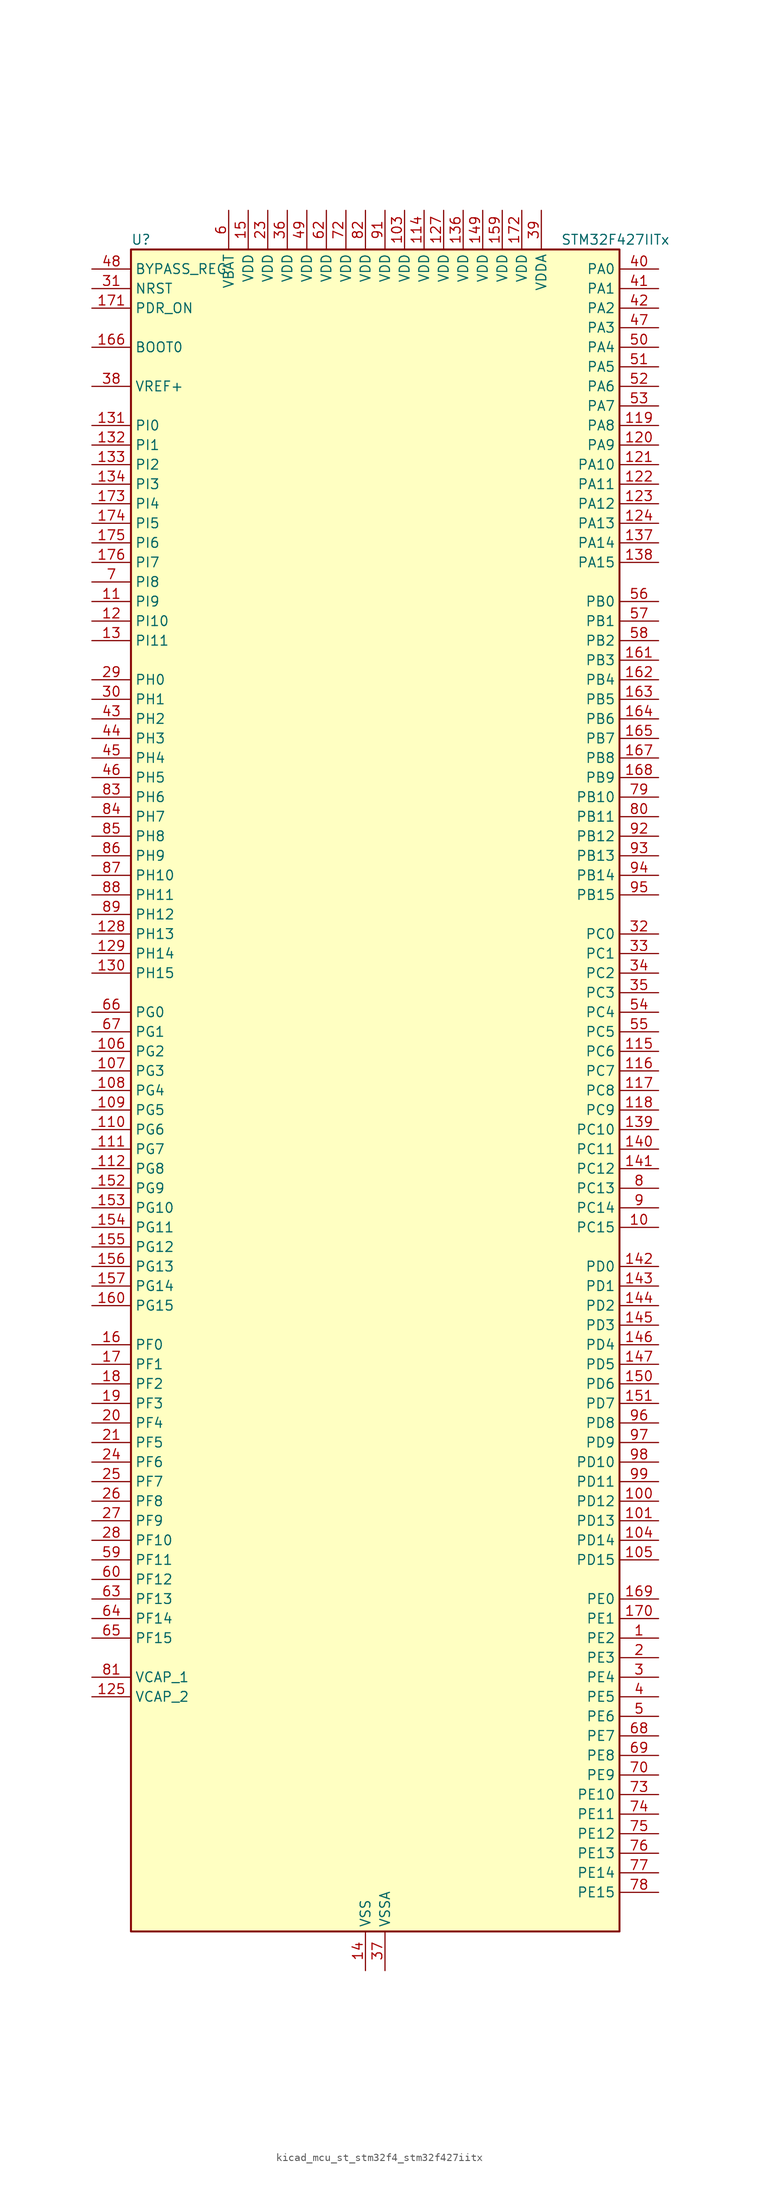
<source format=kicad_sym>
(kicad_symbol_lib
  (version 20220914)
  (generator kicad_symbol_editor)
  (symbol "kicad_mcu_st_stm32f4_stm32f427iitx"
    (property "Reference" "U"
      (at -30.48 110.49 0)
      (effects (font (size 1.27 1.27)) (justify left)))
    (property "Value" "STM32F427IITx"
      (at 25.4 110.49 0)
      (effects (font (size 1.27 1.27)) (justify left)))
    (property "ki_locked" ""
      (at 0 0 0)
      (effects (font (size 1.27 1.27))))
    (symbol "kicad_mcu_st_stm32f4_stm32f427iitx_0_1"
      (rectangle (start -30.48 -109.22) (end 33.02 109.22) (stroke (width 0.254) (type default)) (fill (type background))))
    (symbol "kicad_mcu_st_stm32f4_stm32f427iitx_1_1"
      (pin bidirectional line (at 38.1 -71.12 180) (length 5.08) (name "PE2" (effects (font (size 1.27 1.27)))) (number "1" (effects (font (size 1.27 1.27)))) (alternate "ETH_TXD3" bidirectional line) (alternate "FMC_A23" bidirectional line) (alternate "SAI1_MCLK_A" bidirectional line) (alternate "SPI4_SCK" bidirectional line) (alternate "SYS_TRACECLK" bidirectional line))
      (pin bidirectional line (at 38.1 -17.78 180) (length 5.08) (name "PC15" (effects (font (size 1.27 1.27)))) (number "10" (effects (font (size 1.27 1.27)))) (alternate "ADC1_EXTI15" bidirectional line) (alternate "ADC2_EXTI15" bidirectional line) (alternate "ADC3_EXTI15" bidirectional line) (alternate "RCC_OSC32_OUT" bidirectional line))
      (pin bidirectional line (at 38.1 -53.34 180) (length 5.08) (name "PD12" (effects (font (size 1.27 1.27)))) (number "100" (effects (font (size 1.27 1.27)))) (alternate "FMC_A17" bidirectional line) (alternate "FMC_ALE" bidirectional line) (alternate "TIM4_CH1" bidirectional line) (alternate "USART3_RTS" bidirectional line))
      (pin bidirectional line (at 38.1 -55.88 180) (length 5.08) (name "PD13" (effects (font (size 1.27 1.27)))) (number "101" (effects (font (size 1.27 1.27)))) (alternate "FMC_A18" bidirectional line) (alternate "TIM4_CH2" bidirectional line))
      (pin passive line (at 0 -114.3 90) (length 5.08) hide (name "VSS" (effects (font (size 1.27 1.27)))) (number "102" (effects (font (size 1.27 1.27)))))
      (pin power_in line (at 5.08 114.3 270) (length 5.08) (name "VDD" (effects (font (size 1.27 1.27)))) (number "103" (effects (font (size 1.27 1.27)))))
      (pin bidirectional line (at 38.1 -58.42 180) (length 5.08) (name "PD14" (effects (font (size 1.27 1.27)))) (number "104" (effects (font (size 1.27 1.27)))) (alternate "FMC_D0" bidirectional line) (alternate "FMC_DA0" bidirectional line) (alternate "TIM4_CH3" bidirectional line))
      (pin bidirectional line (at 38.1 -60.96 180) (length 5.08) (name "PD15" (effects (font (size 1.27 1.27)))) (number "105" (effects (font (size 1.27 1.27)))) (alternate "ADC1_EXTI15" bidirectional line) (alternate "ADC2_EXTI15" bidirectional line) (alternate "ADC3_EXTI15" bidirectional line) (alternate "FMC_D1" bidirectional line) (alternate "FMC_DA1" bidirectional line) (alternate "TIM4_CH4" bidirectional line))
      (pin bidirectional line (at -35.56 5.08 0) (length 5.08) (name "PG2" (effects (font (size 1.27 1.27)))) (number "106" (effects (font (size 1.27 1.27)))) (alternate "FMC_A12" bidirectional line))
      (pin bidirectional line (at -35.56 2.54 0) (length 5.08) (name "PG3" (effects (font (size 1.27 1.27)))) (number "107" (effects (font (size 1.27 1.27)))) (alternate "FMC_A13" bidirectional line))
      (pin bidirectional line (at -35.56 0 0) (length 5.08) (name "PG4" (effects (font (size 1.27 1.27)))) (number "108" (effects (font (size 1.27 1.27)))) (alternate "FMC_A14" bidirectional line) (alternate "FMC_BA0" bidirectional line))
      (pin bidirectional line (at -35.56 -2.54 0) (length 5.08) (name "PG5" (effects (font (size 1.27 1.27)))) (number "109" (effects (font (size 1.27 1.27)))) (alternate "FMC_A15" bidirectional line) (alternate "FMC_BA1" bidirectional line))
      (pin bidirectional line (at -35.56 63.5 0) (length 5.08) (name "PI9" (effects (font (size 1.27 1.27)))) (number "11" (effects (font (size 1.27 1.27)))) (alternate "CAN1_RX" bidirectional line) (alternate "DAC_EXTI9" bidirectional line) (alternate "FMC_D30" bidirectional line))
      (pin bidirectional line (at -35.56 -5.08 0) (length 5.08) (name "PG6" (effects (font (size 1.27 1.27)))) (number "110" (effects (font (size 1.27 1.27)))) (alternate "DCMI_D12" bidirectional line) (alternate "FMC_INT2" bidirectional line))
      (pin bidirectional line (at -35.56 -7.62 0) (length 5.08) (name "PG7" (effects (font (size 1.27 1.27)))) (number "111" (effects (font (size 1.27 1.27)))) (alternate "DCMI_D13" bidirectional line) (alternate "FMC_INT3" bidirectional line) (alternate "USART6_CK" bidirectional line))
      (pin bidirectional line (at -35.56 -10.16 0) (length 5.08) (name "PG8" (effects (font (size 1.27 1.27)))) (number "112" (effects (font (size 1.27 1.27)))) (alternate "ETH_PPS_OUT" bidirectional line) (alternate "FMC_SDCLK" bidirectional line) (alternate "SPI6_NSS" bidirectional line) (alternate "USART6_RTS" bidirectional line))
      (pin passive line (at 0 -114.3 90) (length 5.08) hide (name "VSS" (effects (font (size 1.27 1.27)))) (number "113" (effects (font (size 1.27 1.27)))))
      (pin power_in line (at 7.62 114.3 270) (length 5.08) (name "VDD" (effects (font (size 1.27 1.27)))) (number "114" (effects (font (size 1.27 1.27)))))
      (pin bidirectional line (at 38.1 5.08 180) (length 5.08) (name "PC6" (effects (font (size 1.27 1.27)))) (number "115" (effects (font (size 1.27 1.27)))) (alternate "DCMI_D0" bidirectional line) (alternate "I2S2_MCK" bidirectional line) (alternate "SDIO_D6" bidirectional line) (alternate "TIM3_CH1" bidirectional line) (alternate "TIM8_CH1" bidirectional line) (alternate "USART6_TX" bidirectional line))
      (pin bidirectional line (at 38.1 2.54 180) (length 5.08) (name "PC7" (effects (font (size 1.27 1.27)))) (number "116" (effects (font (size 1.27 1.27)))) (alternate "DCMI_D1" bidirectional line) (alternate "I2S3_MCK" bidirectional line) (alternate "SDIO_D7" bidirectional line) (alternate "TIM3_CH2" bidirectional line) (alternate "TIM8_CH2" bidirectional line) (alternate "USART6_RX" bidirectional line))
      (pin bidirectional line (at 38.1 0 180) (length 5.08) (name "PC8" (effects (font (size 1.27 1.27)))) (number "117" (effects (font (size 1.27 1.27)))) (alternate "DCMI_D2" bidirectional line) (alternate "SDIO_D0" bidirectional line) (alternate "TIM3_CH3" bidirectional line) (alternate "TIM8_CH3" bidirectional line) (alternate "USART6_CK" bidirectional line))
      (pin bidirectional line (at 38.1 -2.54 180) (length 5.08) (name "PC9" (effects (font (size 1.27 1.27)))) (number "118" (effects (font (size 1.27 1.27)))) (alternate "DAC_EXTI9" bidirectional line) (alternate "DCMI_D3" bidirectional line) (alternate "I2C3_SDA" bidirectional line) (alternate "I2S_CKIN" bidirectional line) (alternate "RCC_MCO_2" bidirectional line) (alternate "SDIO_D1" bidirectional line) (alternate "TIM3_CH4" bidirectional line) (alternate "TIM8_CH4" bidirectional line))
      (pin bidirectional line (at 38.1 86.36 180) (length 5.08) (name "PA8" (effects (font (size 1.27 1.27)))) (number "119" (effects (font (size 1.27 1.27)))) (alternate "I2C3_SCL" bidirectional line) (alternate "RCC_MCO_1" bidirectional line) (alternate "TIM1_CH1" bidirectional line) (alternate "USART1_CK" bidirectional line) (alternate "USB_OTG_FS_SOF" bidirectional line))
      (pin bidirectional line (at -35.56 60.96 0) (length 5.08) (name "PI10" (effects (font (size 1.27 1.27)))) (number "12" (effects (font (size 1.27 1.27)))) (alternate "ETH_RX_ER" bidirectional line) (alternate "FMC_D31" bidirectional line))
      (pin bidirectional line (at 38.1 83.82 180) (length 5.08) (name "PA9" (effects (font (size 1.27 1.27)))) (number "120" (effects (font (size 1.27 1.27)))) (alternate "DAC_EXTI9" bidirectional line) (alternate "DCMI_D0" bidirectional line) (alternate "I2C3_SMBA" bidirectional line) (alternate "TIM1_CH2" bidirectional line) (alternate "USART1_TX" bidirectional line) (alternate "USB_OTG_FS_VBUS" bidirectional line))
      (pin bidirectional line (at 38.1 81.28 180) (length 5.08) (name "PA10" (effects (font (size 1.27 1.27)))) (number "121" (effects (font (size 1.27 1.27)))) (alternate "DCMI_D1" bidirectional line) (alternate "TIM1_CH3" bidirectional line) (alternate "USART1_RX" bidirectional line) (alternate "USB_OTG_FS_ID" bidirectional line))
      (pin bidirectional line (at 38.1 78.74 180) (length 5.08) (name "PA11" (effects (font (size 1.27 1.27)))) (number "122" (effects (font (size 1.27 1.27)))) (alternate "ADC1_EXTI11" bidirectional line) (alternate "ADC2_EXTI11" bidirectional line) (alternate "ADC3_EXTI11" bidirectional line) (alternate "CAN1_RX" bidirectional line) (alternate "TIM1_CH4" bidirectional line) (alternate "USART1_CTS" bidirectional line) (alternate "USB_OTG_FS_DM" bidirectional line))
      (pin bidirectional line (at 38.1 76.2 180) (length 5.08) (name "PA12" (effects (font (size 1.27 1.27)))) (number "123" (effects (font (size 1.27 1.27)))) (alternate "CAN1_TX" bidirectional line) (alternate "TIM1_ETR" bidirectional line) (alternate "USART1_RTS" bidirectional line) (alternate "USB_OTG_FS_DP" bidirectional line))
      (pin bidirectional line (at 38.1 73.66 180) (length 5.08) (name "PA13" (effects (font (size 1.27 1.27)))) (number "124" (effects (font (size 1.27 1.27)))) (alternate "SYS_JTMS-SWDIO" bidirectional line))
      (pin power_out line (at -35.56 -78.74 0) (length 5.08) (name "VCAP_2" (effects (font (size 1.27 1.27)))) (number "125" (effects (font (size 1.27 1.27)))))
      (pin passive line (at 0 -114.3 90) (length 5.08) hide (name "VSS" (effects (font (size 1.27 1.27)))) (number "126" (effects (font (size 1.27 1.27)))))
      (pin power_in line (at 10.16 114.3 270) (length 5.08) (name "VDD" (effects (font (size 1.27 1.27)))) (number "127" (effects (font (size 1.27 1.27)))))
      (pin bidirectional line (at -35.56 20.32 0) (length 5.08) (name "PH13" (effects (font (size 1.27 1.27)))) (number "128" (effects (font (size 1.27 1.27)))) (alternate "CAN1_TX" bidirectional line) (alternate "FMC_D21" bidirectional line) (alternate "TIM8_CH1N" bidirectional line))
      (pin bidirectional line (at -35.56 17.78 0) (length 5.08) (name "PH14" (effects (font (size 1.27 1.27)))) (number "129" (effects (font (size 1.27 1.27)))) (alternate "DCMI_D4" bidirectional line) (alternate "FMC_D22" bidirectional line) (alternate "TIM8_CH2N" bidirectional line))
      (pin bidirectional line (at -35.56 58.42 0) (length 5.08) (name "PI11" (effects (font (size 1.27 1.27)))) (number "13" (effects (font (size 1.27 1.27)))) (alternate "ADC1_EXTI11" bidirectional line) (alternate "ADC2_EXTI11" bidirectional line) (alternate "ADC3_EXTI11" bidirectional line) (alternate "USB_OTG_HS_ULPI_DIR" bidirectional line))
      (pin bidirectional line (at -35.56 15.24 0) (length 5.08) (name "PH15" (effects (font (size 1.27 1.27)))) (number "130" (effects (font (size 1.27 1.27)))) (alternate "ADC1_EXTI15" bidirectional line) (alternate "ADC2_EXTI15" bidirectional line) (alternate "ADC3_EXTI15" bidirectional line) (alternate "DCMI_D11" bidirectional line) (alternate "FMC_D23" bidirectional line) (alternate "TIM8_CH3N" bidirectional line))
      (pin bidirectional line (at -35.56 86.36 0) (length 5.08) (name "PI0" (effects (font (size 1.27 1.27)))) (number "131" (effects (font (size 1.27 1.27)))) (alternate "DCMI_D13" bidirectional line) (alternate "FMC_D24" bidirectional line) (alternate "I2S2_WS" bidirectional line) (alternate "SPI2_NSS" bidirectional line) (alternate "TIM5_CH4" bidirectional line))
      (pin bidirectional line (at -35.56 83.82 0) (length 5.08) (name "PI1" (effects (font (size 1.27 1.27)))) (number "132" (effects (font (size 1.27 1.27)))) (alternate "DCMI_D8" bidirectional line) (alternate "FMC_D25" bidirectional line) (alternate "I2S2_CK" bidirectional line) (alternate "SPI2_SCK" bidirectional line))
      (pin bidirectional line (at -35.56 81.28 0) (length 5.08) (name "PI2" (effects (font (size 1.27 1.27)))) (number "133" (effects (font (size 1.27 1.27)))) (alternate "DCMI_D9" bidirectional line) (alternate "FMC_D26" bidirectional line) (alternate "I2S2_ext_SD" bidirectional line) (alternate "SPI2_MISO" bidirectional line) (alternate "TIM8_CH4" bidirectional line))
      (pin bidirectional line (at -35.56 78.74 0) (length 5.08) (name "PI3" (effects (font (size 1.27 1.27)))) (number "134" (effects (font (size 1.27 1.27)))) (alternate "DCMI_D10" bidirectional line) (alternate "FMC_D27" bidirectional line) (alternate "I2S2_SD" bidirectional line) (alternate "SPI2_MOSI" bidirectional line) (alternate "TIM8_ETR" bidirectional line))
      (pin passive line (at 0 -114.3 90) (length 5.08) hide (name "VSS" (effects (font (size 1.27 1.27)))) (number "135" (effects (font (size 1.27 1.27)))))
      (pin power_in line (at 12.7 114.3 270) (length 5.08) (name "VDD" (effects (font (size 1.27 1.27)))) (number "136" (effects (font (size 1.27 1.27)))))
      (pin bidirectional line (at 38.1 71.12 180) (length 5.08) (name "PA14" (effects (font (size 1.27 1.27)))) (number "137" (effects (font (size 1.27 1.27)))) (alternate "SYS_JTCK-SWCLK" bidirectional line))
      (pin bidirectional line (at 38.1 68.58 180) (length 5.08) (name "PA15" (effects (font (size 1.27 1.27)))) (number "138" (effects (font (size 1.27 1.27)))) (alternate "ADC1_EXTI15" bidirectional line) (alternate "ADC2_EXTI15" bidirectional line) (alternate "ADC3_EXTI15" bidirectional line) (alternate "I2S3_WS" bidirectional line) (alternate "SPI1_NSS" bidirectional line) (alternate "SPI3_NSS" bidirectional line) (alternate "SYS_JTDI" bidirectional line) (alternate "TIM2_CH1" bidirectional line) (alternate "TIM2_ETR" bidirectional line))
      (pin bidirectional line (at 38.1 -5.08 180) (length 5.08) (name "PC10" (effects (font (size 1.27 1.27)))) (number "139" (effects (font (size 1.27 1.27)))) (alternate "DCMI_D8" bidirectional line) (alternate "I2S3_CK" bidirectional line) (alternate "SDIO_D2" bidirectional line) (alternate "SPI3_SCK" bidirectional line) (alternate "UART4_TX" bidirectional line) (alternate "USART3_TX" bidirectional line))
      (pin power_in line (at 0 -114.3 90) (length 5.08) (name "VSS" (effects (font (size 1.27 1.27)))) (number "14" (effects (font (size 1.27 1.27)))))
      (pin bidirectional line (at 38.1 -7.62 180) (length 5.08) (name "PC11" (effects (font (size 1.27 1.27)))) (number "140" (effects (font (size 1.27 1.27)))) (alternate "ADC1_EXTI11" bidirectional line) (alternate "ADC2_EXTI11" bidirectional line) (alternate "ADC3_EXTI11" bidirectional line) (alternate "DCMI_D4" bidirectional line) (alternate "I2S3_ext_SD" bidirectional line) (alternate "SDIO_D3" bidirectional line) (alternate "SPI3_MISO" bidirectional line) (alternate "UART4_RX" bidirectional line) (alternate "USART3_RX" bidirectional line))
      (pin bidirectional line (at 38.1 -10.16 180) (length 5.08) (name "PC12" (effects (font (size 1.27 1.27)))) (number "141" (effects (font (size 1.27 1.27)))) (alternate "DCMI_D9" bidirectional line) (alternate "I2S3_SD" bidirectional line) (alternate "SDIO_CK" bidirectional line) (alternate "SPI3_MOSI" bidirectional line) (alternate "UART5_TX" bidirectional line) (alternate "USART3_CK" bidirectional line))
      (pin bidirectional line (at 38.1 -22.86 180) (length 5.08) (name "PD0" (effects (font (size 1.27 1.27)))) (number "142" (effects (font (size 1.27 1.27)))) (alternate "CAN1_RX" bidirectional line) (alternate "FMC_D2" bidirectional line) (alternate "FMC_DA2" bidirectional line))
      (pin bidirectional line (at 38.1 -25.4 180) (length 5.08) (name "PD1" (effects (font (size 1.27 1.27)))) (number "143" (effects (font (size 1.27 1.27)))) (alternate "CAN1_TX" bidirectional line) (alternate "FMC_D3" bidirectional line) (alternate "FMC_DA3" bidirectional line))
      (pin bidirectional line (at 38.1 -27.94 180) (length 5.08) (name "PD2" (effects (font (size 1.27 1.27)))) (number "144" (effects (font (size 1.27 1.27)))) (alternate "DCMI_D11" bidirectional line) (alternate "SDIO_CMD" bidirectional line) (alternate "TIM3_ETR" bidirectional line) (alternate "UART5_RX" bidirectional line))
      (pin bidirectional line (at 38.1 -30.48 180) (length 5.08) (name "PD3" (effects (font (size 1.27 1.27)))) (number "145" (effects (font (size 1.27 1.27)))) (alternate "DCMI_D5" bidirectional line) (alternate "FMC_CLK" bidirectional line) (alternate "I2S2_CK" bidirectional line) (alternate "SPI2_SCK" bidirectional line) (alternate "USART2_CTS" bidirectional line))
      (pin bidirectional line (at 38.1 -33.02 180) (length 5.08) (name "PD4" (effects (font (size 1.27 1.27)))) (number "146" (effects (font (size 1.27 1.27)))) (alternate "FMC_NOE" bidirectional line) (alternate "USART2_RTS" bidirectional line))
      (pin bidirectional line (at 38.1 -35.56 180) (length 5.08) (name "PD5" (effects (font (size 1.27 1.27)))) (number "147" (effects (font (size 1.27 1.27)))) (alternate "FMC_NWE" bidirectional line) (alternate "USART2_TX" bidirectional line))
      (pin passive line (at 0 -114.3 90) (length 5.08) hide (name "VSS" (effects (font (size 1.27 1.27)))) (number "148" (effects (font (size 1.27 1.27)))))
      (pin power_in line (at 15.24 114.3 270) (length 5.08) (name "VDD" (effects (font (size 1.27 1.27)))) (number "149" (effects (font (size 1.27 1.27)))))
      (pin power_in line (at -15.24 114.3 270) (length 5.08) (name "VDD" (effects (font (size 1.27 1.27)))) (number "15" (effects (font (size 1.27 1.27)))))
      (pin bidirectional line (at 38.1 -38.1 180) (length 5.08) (name "PD6" (effects (font (size 1.27 1.27)))) (number "150" (effects (font (size 1.27 1.27)))) (alternate "DCMI_D10" bidirectional line) (alternate "FMC_NWAIT" bidirectional line) (alternate "I2S3_SD" bidirectional line) (alternate "SAI1_SD_A" bidirectional line) (alternate "SPI3_MOSI" bidirectional line) (alternate "USART2_RX" bidirectional line))
      (pin bidirectional line (at 38.1 -40.64 180) (length 5.08) (name "PD7" (effects (font (size 1.27 1.27)))) (number "151" (effects (font (size 1.27 1.27)))) (alternate "FMC_NCE2" bidirectional line) (alternate "FMC_NE1" bidirectional line) (alternate "USART2_CK" bidirectional line))
      (pin bidirectional line (at -35.56 -12.7 0) (length 5.08) (name "PG9" (effects (font (size 1.27 1.27)))) (number "152" (effects (font (size 1.27 1.27)))) (alternate "DAC_EXTI9" bidirectional line) (alternate "DCMI_VSYNC" bidirectional line) (alternate "FMC_NCE3" bidirectional line) (alternate "FMC_NE2" bidirectional line) (alternate "USART6_RX" bidirectional line))
      (pin bidirectional line (at -35.56 -15.24 0) (length 5.08) (name "PG10" (effects (font (size 1.27 1.27)))) (number "153" (effects (font (size 1.27 1.27)))) (alternate "DCMI_D2" bidirectional line) (alternate "FMC_NCE4_1" bidirectional line) (alternate "FMC_NE3" bidirectional line))
      (pin bidirectional line (at -35.56 -17.78 0) (length 5.08) (name "PG11" (effects (font (size 1.27 1.27)))) (number "154" (effects (font (size 1.27 1.27)))) (alternate "ADC1_EXTI11" bidirectional line) (alternate "ADC2_EXTI11" bidirectional line) (alternate "ADC3_EXTI11" bidirectional line) (alternate "DCMI_D3" bidirectional line) (alternate "ETH_TX_EN" bidirectional line) (alternate "FMC_NCE4_2" bidirectional line))
      (pin bidirectional line (at -35.56 -20.32 0) (length 5.08) (name "PG12" (effects (font (size 1.27 1.27)))) (number "155" (effects (font (size 1.27 1.27)))) (alternate "FMC_NE4" bidirectional line) (alternate "SPI6_MISO" bidirectional line) (alternate "USART6_RTS" bidirectional line))
      (pin bidirectional line (at -35.56 -22.86 0) (length 5.08) (name "PG13" (effects (font (size 1.27 1.27)))) (number "156" (effects (font (size 1.27 1.27)))) (alternate "ETH_TXD0" bidirectional line) (alternate "FMC_A24" bidirectional line) (alternate "SPI6_SCK" bidirectional line) (alternate "USART6_CTS" bidirectional line))
      (pin bidirectional line (at -35.56 -25.4 0) (length 5.08) (name "PG14" (effects (font (size 1.27 1.27)))) (number "157" (effects (font (size 1.27 1.27)))) (alternate "ETH_TXD1" bidirectional line) (alternate "FMC_A25" bidirectional line) (alternate "SPI6_MOSI" bidirectional line) (alternate "USART6_TX" bidirectional line))
      (pin passive line (at 0 -114.3 90) (length 5.08) hide (name "VSS" (effects (font (size 1.27 1.27)))) (number "158" (effects (font (size 1.27 1.27)))))
      (pin power_in line (at 17.78 114.3 270) (length 5.08) (name "VDD" (effects (font (size 1.27 1.27)))) (number "159" (effects (font (size 1.27 1.27)))))
      (pin bidirectional line (at -35.56 -33.02 0) (length 5.08) (name "PF0" (effects (font (size 1.27 1.27)))) (number "16" (effects (font (size 1.27 1.27)))) (alternate "FMC_A0" bidirectional line) (alternate "I2C2_SDA" bidirectional line))
      (pin bidirectional line (at -35.56 -27.94 0) (length 5.08) (name "PG15" (effects (font (size 1.27 1.27)))) (number "160" (effects (font (size 1.27 1.27)))) (alternate "ADC1_EXTI15" bidirectional line) (alternate "ADC2_EXTI15" bidirectional line) (alternate "ADC3_EXTI15" bidirectional line) (alternate "DCMI_D13" bidirectional line) (alternate "FMC_SDNCAS" bidirectional line) (alternate "USART6_CTS" bidirectional line))
      (pin bidirectional line (at 38.1 55.88 180) (length 5.08) (name "PB3" (effects (font (size 1.27 1.27)))) (number "161" (effects (font (size 1.27 1.27)))) (alternate "I2S3_CK" bidirectional line) (alternate "SPI1_SCK" bidirectional line) (alternate "SPI3_SCK" bidirectional line) (alternate "SYS_JTDO-SWO" bidirectional line) (alternate "TIM2_CH2" bidirectional line))
      (pin bidirectional line (at 38.1 53.34 180) (length 5.08) (name "PB4" (effects (font (size 1.27 1.27)))) (number "162" (effects (font (size 1.27 1.27)))) (alternate "I2S3_ext_SD" bidirectional line) (alternate "SPI1_MISO" bidirectional line) (alternate "SPI3_MISO" bidirectional line) (alternate "SYS_JTRST" bidirectional line) (alternate "TIM3_CH1" bidirectional line))
      (pin bidirectional line (at 38.1 50.8 180) (length 5.08) (name "PB5" (effects (font (size 1.27 1.27)))) (number "163" (effects (font (size 1.27 1.27)))) (alternate "CAN2_RX" bidirectional line) (alternate "DCMI_D10" bidirectional line) (alternate "ETH_PPS_OUT" bidirectional line) (alternate "FMC_SDCKE1" bidirectional line) (alternate "I2C1_SMBA" bidirectional line) (alternate "I2S3_SD" bidirectional line) (alternate "SPI1_MOSI" bidirectional line) (alternate "SPI3_MOSI" bidirectional line) (alternate "TIM3_CH2" bidirectional line) (alternate "USB_OTG_HS_ULPI_D7" bidirectional line))
      (pin bidirectional line (at 38.1 48.26 180) (length 5.08) (name "PB6" (effects (font (size 1.27 1.27)))) (number "164" (effects (font (size 1.27 1.27)))) (alternate "CAN2_TX" bidirectional line) (alternate "DCMI_D5" bidirectional line) (alternate "FMC_SDNE1" bidirectional line) (alternate "I2C1_SCL" bidirectional line) (alternate "TIM4_CH1" bidirectional line) (alternate "USART1_TX" bidirectional line))
      (pin bidirectional line (at 38.1 45.72 180) (length 5.08) (name "PB7" (effects (font (size 1.27 1.27)))) (number "165" (effects (font (size 1.27 1.27)))) (alternate "DCMI_VSYNC" bidirectional line) (alternate "FMC_NL" bidirectional line) (alternate "I2C1_SDA" bidirectional line) (alternate "TIM4_CH2" bidirectional line) (alternate "USART1_RX" bidirectional line))
      (pin input line (at -35.56 96.52 0) (length 5.08) (name "BOOT0" (effects (font (size 1.27 1.27)))) (number "166" (effects (font (size 1.27 1.27)))))
      (pin bidirectional line (at 38.1 43.18 180) (length 5.08) (name "PB8" (effects (font (size 1.27 1.27)))) (number "167" (effects (font (size 1.27 1.27)))) (alternate "CAN1_RX" bidirectional line) (alternate "DCMI_D6" bidirectional line) (alternate "ETH_TXD3" bidirectional line) (alternate "I2C1_SCL" bidirectional line) (alternate "SDIO_D4" bidirectional line) (alternate "TIM10_CH1" bidirectional line) (alternate "TIM4_CH3" bidirectional line))
      (pin bidirectional line (at 38.1 40.64 180) (length 5.08) (name "PB9" (effects (font (size 1.27 1.27)))) (number "168" (effects (font (size 1.27 1.27)))) (alternate "CAN1_TX" bidirectional line) (alternate "DAC_EXTI9" bidirectional line) (alternate "DCMI_D7" bidirectional line) (alternate "I2C1_SDA" bidirectional line) (alternate "I2S2_WS" bidirectional line) (alternate "SDIO_D5" bidirectional line) (alternate "SPI2_NSS" bidirectional line) (alternate "TIM11_CH1" bidirectional line) (alternate "TIM4_CH4" bidirectional line))
      (pin bidirectional line (at 38.1 -66.04 180) (length 5.08) (name "PE0" (effects (font (size 1.27 1.27)))) (number "169" (effects (font (size 1.27 1.27)))) (alternate "DCMI_D2" bidirectional line) (alternate "FMC_NBL0" bidirectional line) (alternate "TIM4_ETR" bidirectional line) (alternate "UART8_RX" bidirectional line))
      (pin bidirectional line (at -35.56 -35.56 0) (length 5.08) (name "PF1" (effects (font (size 1.27 1.27)))) (number "17" (effects (font (size 1.27 1.27)))) (alternate "FMC_A1" bidirectional line) (alternate "I2C2_SCL" bidirectional line))
      (pin bidirectional line (at 38.1 -68.58 180) (length 5.08) (name "PE1" (effects (font (size 1.27 1.27)))) (number "170" (effects (font (size 1.27 1.27)))) (alternate "DCMI_D3" bidirectional line) (alternate "FMC_NBL1" bidirectional line) (alternate "UART8_TX" bidirectional line))
      (pin input line (at -35.56 101.6 0) (length 5.08) (name "PDR_ON" (effects (font (size 1.27 1.27)))) (number "171" (effects (font (size 1.27 1.27)))))
      (pin power_in line (at 20.32 114.3 270) (length 5.08) (name "VDD" (effects (font (size 1.27 1.27)))) (number "172" (effects (font (size 1.27 1.27)))))
      (pin bidirectional line (at -35.56 76.2 0) (length 5.08) (name "PI4" (effects (font (size 1.27 1.27)))) (number "173" (effects (font (size 1.27 1.27)))) (alternate "DCMI_D5" bidirectional line) (alternate "FMC_NBL2" bidirectional line) (alternate "TIM8_BKIN" bidirectional line))
      (pin bidirectional line (at -35.56 73.66 0) (length 5.08) (name "PI5" (effects (font (size 1.27 1.27)))) (number "174" (effects (font (size 1.27 1.27)))) (alternate "DCMI_VSYNC" bidirectional line) (alternate "FMC_NBL3" bidirectional line) (alternate "TIM8_CH1" bidirectional line))
      (pin bidirectional line (at -35.56 71.12 0) (length 5.08) (name "PI6" (effects (font (size 1.27 1.27)))) (number "175" (effects (font (size 1.27 1.27)))) (alternate "DCMI_D6" bidirectional line) (alternate "FMC_D28" bidirectional line) (alternate "TIM8_CH2" bidirectional line))
      (pin bidirectional line (at -35.56 68.58 0) (length 5.08) (name "PI7" (effects (font (size 1.27 1.27)))) (number "176" (effects (font (size 1.27 1.27)))) (alternate "DCMI_D7" bidirectional line) (alternate "FMC_D29" bidirectional line) (alternate "TIM8_CH3" bidirectional line))
      (pin bidirectional line (at -35.56 -38.1 0) (length 5.08) (name "PF2" (effects (font (size 1.27 1.27)))) (number "18" (effects (font (size 1.27 1.27)))) (alternate "FMC_A2" bidirectional line) (alternate "I2C2_SMBA" bidirectional line))
      (pin bidirectional line (at -35.56 -40.64 0) (length 5.08) (name "PF3" (effects (font (size 1.27 1.27)))) (number "19" (effects (font (size 1.27 1.27)))) (alternate "ADC3_IN9" bidirectional line) (alternate "FMC_A3" bidirectional line))
      (pin bidirectional line (at 38.1 -73.66 180) (length 5.08) (name "PE3" (effects (font (size 1.27 1.27)))) (number "2" (effects (font (size 1.27 1.27)))) (alternate "FMC_A19" bidirectional line) (alternate "SAI1_SD_B" bidirectional line) (alternate "SYS_TRACED0" bidirectional line))
      (pin bidirectional line (at -35.56 -43.18 0) (length 5.08) (name "PF4" (effects (font (size 1.27 1.27)))) (number "20" (effects (font (size 1.27 1.27)))) (alternate "ADC3_IN14" bidirectional line) (alternate "FMC_A4" bidirectional line))
      (pin bidirectional line (at -35.56 -45.72 0) (length 5.08) (name "PF5" (effects (font (size 1.27 1.27)))) (number "21" (effects (font (size 1.27 1.27)))) (alternate "ADC3_IN15" bidirectional line) (alternate "FMC_A5" bidirectional line))
      (pin passive line (at 0 -114.3 90) (length 5.08) hide (name "VSS" (effects (font (size 1.27 1.27)))) (number "22" (effects (font (size 1.27 1.27)))))
      (pin power_in line (at -12.7 114.3 270) (length 5.08) (name "VDD" (effects (font (size 1.27 1.27)))) (number "23" (effects (font (size 1.27 1.27)))))
      (pin bidirectional line (at -35.56 -48.26 0) (length 5.08) (name "PF6" (effects (font (size 1.27 1.27)))) (number "24" (effects (font (size 1.27 1.27)))) (alternate "ADC3_IN4" bidirectional line) (alternate "FMC_NIORD" bidirectional line) (alternate "SAI1_SD_B" bidirectional line) (alternate "SPI5_NSS" bidirectional line) (alternate "TIM10_CH1" bidirectional line) (alternate "UART7_RX" bidirectional line))
      (pin bidirectional line (at -35.56 -50.8 0) (length 5.08) (name "PF7" (effects (font (size 1.27 1.27)))) (number "25" (effects (font (size 1.27 1.27)))) (alternate "ADC3_IN5" bidirectional line) (alternate "FMC_NREG" bidirectional line) (alternate "SAI1_MCLK_B" bidirectional line) (alternate "SPI5_SCK" bidirectional line) (alternate "TIM11_CH1" bidirectional line) (alternate "UART7_TX" bidirectional line))
      (pin bidirectional line (at -35.56 -53.34 0) (length 5.08) (name "PF8" (effects (font (size 1.27 1.27)))) (number "26" (effects (font (size 1.27 1.27)))) (alternate "ADC3_IN6" bidirectional line) (alternate "FMC_NIOWR" bidirectional line) (alternate "SAI1_SCK_B" bidirectional line) (alternate "SPI5_MISO" bidirectional line) (alternate "TIM13_CH1" bidirectional line))
      (pin bidirectional line (at -35.56 -55.88 0) (length 5.08) (name "PF9" (effects (font (size 1.27 1.27)))) (number "27" (effects (font (size 1.27 1.27)))) (alternate "ADC3_IN7" bidirectional line) (alternate "DAC_EXTI9" bidirectional line) (alternate "FMC_CD" bidirectional line) (alternate "SAI1_FS_B" bidirectional line) (alternate "SPI5_MOSI" bidirectional line) (alternate "TIM14_CH1" bidirectional line))
      (pin bidirectional line (at -35.56 -58.42 0) (length 5.08) (name "PF10" (effects (font (size 1.27 1.27)))) (number "28" (effects (font (size 1.27 1.27)))) (alternate "ADC3_IN8" bidirectional line) (alternate "DCMI_D11" bidirectional line) (alternate "FMC_INTR" bidirectional line))
      (pin bidirectional line (at -35.56 53.34 0) (length 5.08) (name "PH0" (effects (font (size 1.27 1.27)))) (number "29" (effects (font (size 1.27 1.27)))) (alternate "RCC_OSC_IN" bidirectional line))
      (pin bidirectional line (at 38.1 -76.2 180) (length 5.08) (name "PE4" (effects (font (size 1.27 1.27)))) (number "3" (effects (font (size 1.27 1.27)))) (alternate "DCMI_D4" bidirectional line) (alternate "FMC_A20" bidirectional line) (alternate "SAI1_FS_A" bidirectional line) (alternate "SPI4_NSS" bidirectional line) (alternate "SYS_TRACED1" bidirectional line))
      (pin bidirectional line (at -35.56 50.8 0) (length 5.08) (name "PH1" (effects (font (size 1.27 1.27)))) (number "30" (effects (font (size 1.27 1.27)))) (alternate "RCC_OSC_OUT" bidirectional line))
      (pin input line (at -35.56 104.14 0) (length 5.08) (name "NRST" (effects (font (size 1.27 1.27)))) (number "31" (effects (font (size 1.27 1.27)))))
      (pin bidirectional line (at 38.1 20.32 180) (length 5.08) (name "PC0" (effects (font (size 1.27 1.27)))) (number "32" (effects (font (size 1.27 1.27)))) (alternate "ADC1_IN10" bidirectional line) (alternate "ADC2_IN10" bidirectional line) (alternate "ADC3_IN10" bidirectional line) (alternate "FMC_SDNWE" bidirectional line) (alternate "USB_OTG_HS_ULPI_STP" bidirectional line))
      (pin bidirectional line (at 38.1 17.78 180) (length 5.08) (name "PC1" (effects (font (size 1.27 1.27)))) (number "33" (effects (font (size 1.27 1.27)))) (alternate "ADC1_IN11" bidirectional line) (alternate "ADC2_IN11" bidirectional line) (alternate "ADC3_IN11" bidirectional line) (alternate "ETH_MDC" bidirectional line))
      (pin bidirectional line (at 38.1 15.24 180) (length 5.08) (name "PC2" (effects (font (size 1.27 1.27)))) (number "34" (effects (font (size 1.27 1.27)))) (alternate "ADC1_IN12" bidirectional line) (alternate "ADC2_IN12" bidirectional line) (alternate "ADC3_IN12" bidirectional line) (alternate "ETH_TXD2" bidirectional line) (alternate "FMC_SDNE0" bidirectional line) (alternate "I2S2_ext_SD" bidirectional line) (alternate "SPI2_MISO" bidirectional line) (alternate "USB_OTG_HS_ULPI_DIR" bidirectional line))
      (pin bidirectional line (at 38.1 12.7 180) (length 5.08) (name "PC3" (effects (font (size 1.27 1.27)))) (number "35" (effects (font (size 1.27 1.27)))) (alternate "ADC1_IN13" bidirectional line) (alternate "ADC2_IN13" bidirectional line) (alternate "ADC3_IN13" bidirectional line) (alternate "ETH_TX_CLK" bidirectional line) (alternate "FMC_SDCKE0" bidirectional line) (alternate "I2S2_SD" bidirectional line) (alternate "SPI2_MOSI" bidirectional line) (alternate "USB_OTG_HS_ULPI_NXT" bidirectional line))
      (pin power_in line (at -10.16 114.3 270) (length 5.08) (name "VDD" (effects (font (size 1.27 1.27)))) (number "36" (effects (font (size 1.27 1.27)))))
      (pin power_in line (at 2.54 -114.3 90) (length 5.08) (name "VSSA" (effects (font (size 1.27 1.27)))) (number "37" (effects (font (size 1.27 1.27)))))
      (pin input line (at -35.56 91.44 0) (length 5.08) (name "VREF+" (effects (font (size 1.27 1.27)))) (number "38" (effects (font (size 1.27 1.27)))))
      (pin power_in line (at 22.86 114.3 270) (length 5.08) (name "VDDA" (effects (font (size 1.27 1.27)))) (number "39" (effects (font (size 1.27 1.27)))))
      (pin bidirectional line (at 38.1 -78.74 180) (length 5.08) (name "PE5" (effects (font (size 1.27 1.27)))) (number "4" (effects (font (size 1.27 1.27)))) (alternate "DCMI_D6" bidirectional line) (alternate "FMC_A21" bidirectional line) (alternate "SAI1_SCK_A" bidirectional line) (alternate "SPI4_MISO" bidirectional line) (alternate "SYS_TRACED2" bidirectional line) (alternate "TIM9_CH1" bidirectional line))
      (pin bidirectional line (at 38.1 106.68 180) (length 5.08) (name "PA0" (effects (font (size 1.27 1.27)))) (number "40" (effects (font (size 1.27 1.27)))) (alternate "ADC1_IN0" bidirectional line) (alternate "ADC2_IN0" bidirectional line) (alternate "ADC3_IN0" bidirectional line) (alternate "ETH_CRS" bidirectional line) (alternate "SYS_WKUP" bidirectional line) (alternate "TIM2_CH1" bidirectional line) (alternate "TIM2_ETR" bidirectional line) (alternate "TIM5_CH1" bidirectional line) (alternate "TIM8_ETR" bidirectional line) (alternate "UART4_TX" bidirectional line) (alternate "USART2_CTS" bidirectional line))
      (pin bidirectional line (at 38.1 104.14 180) (length 5.08) (name "PA1" (effects (font (size 1.27 1.27)))) (number "41" (effects (font (size 1.27 1.27)))) (alternate "ADC1_IN1" bidirectional line) (alternate "ADC2_IN1" bidirectional line) (alternate "ADC3_IN1" bidirectional line) (alternate "ETH_REF_CLK" bidirectional line) (alternate "ETH_RX_CLK" bidirectional line) (alternate "TIM2_CH2" bidirectional line) (alternate "TIM5_CH2" bidirectional line) (alternate "UART4_RX" bidirectional line) (alternate "USART2_RTS" bidirectional line))
      (pin bidirectional line (at 38.1 101.6 180) (length 5.08) (name "PA2" (effects (font (size 1.27 1.27)))) (number "42" (effects (font (size 1.27 1.27)))) (alternate "ADC1_IN2" bidirectional line) (alternate "ADC2_IN2" bidirectional line) (alternate "ADC3_IN2" bidirectional line) (alternate "ETH_MDIO" bidirectional line) (alternate "TIM2_CH3" bidirectional line) (alternate "TIM5_CH3" bidirectional line) (alternate "TIM9_CH1" bidirectional line) (alternate "USART2_TX" bidirectional line))
      (pin bidirectional line (at -35.56 48.26 0) (length 5.08) (name "PH2" (effects (font (size 1.27 1.27)))) (number "43" (effects (font (size 1.27 1.27)))) (alternate "ETH_CRS" bidirectional line) (alternate "FMC_SDCKE0" bidirectional line))
      (pin bidirectional line (at -35.56 45.72 0) (length 5.08) (name "PH3" (effects (font (size 1.27 1.27)))) (number "44" (effects (font (size 1.27 1.27)))) (alternate "ETH_COL" bidirectional line) (alternate "FMC_SDNE0" bidirectional line))
      (pin bidirectional line (at -35.56 43.18 0) (length 5.08) (name "PH4" (effects (font (size 1.27 1.27)))) (number "45" (effects (font (size 1.27 1.27)))) (alternate "I2C2_SCL" bidirectional line) (alternate "USB_OTG_HS_ULPI_NXT" bidirectional line))
      (pin bidirectional line (at -35.56 40.64 0) (length 5.08) (name "PH5" (effects (font (size 1.27 1.27)))) (number "46" (effects (font (size 1.27 1.27)))) (alternate "FMC_SDNWE" bidirectional line) (alternate "I2C2_SDA" bidirectional line) (alternate "SPI5_NSS" bidirectional line))
      (pin bidirectional line (at 38.1 99.06 180) (length 5.08) (name "PA3" (effects (font (size 1.27 1.27)))) (number "47" (effects (font (size 1.27 1.27)))) (alternate "ADC1_IN3" bidirectional line) (alternate "ADC2_IN3" bidirectional line) (alternate "ADC3_IN3" bidirectional line) (alternate "ETH_COL" bidirectional line) (alternate "TIM2_CH4" bidirectional line) (alternate "TIM5_CH4" bidirectional line) (alternate "TIM9_CH2" bidirectional line) (alternate "USART2_RX" bidirectional line) (alternate "USB_OTG_HS_ULPI_D0" bidirectional line))
      (pin input line (at -35.56 106.68 0) (length 5.08) (name "BYPASS_REG" (effects (font (size 1.27 1.27)))) (number "48" (effects (font (size 1.27 1.27)))))
      (pin power_in line (at -7.62 114.3 270) (length 5.08) (name "VDD" (effects (font (size 1.27 1.27)))) (number "49" (effects (font (size 1.27 1.27)))))
      (pin bidirectional line (at 38.1 -81.28 180) (length 5.08) (name "PE6" (effects (font (size 1.27 1.27)))) (number "5" (effects (font (size 1.27 1.27)))) (alternate "DCMI_D7" bidirectional line) (alternate "FMC_A22" bidirectional line) (alternate "SAI1_SD_A" bidirectional line) (alternate "SPI4_MOSI" bidirectional line) (alternate "SYS_TRACED3" bidirectional line) (alternate "TIM9_CH2" bidirectional line))
      (pin bidirectional line (at 38.1 96.52 180) (length 5.08) (name "PA4" (effects (font (size 1.27 1.27)))) (number "50" (effects (font (size 1.27 1.27)))) (alternate "ADC1_IN4" bidirectional line) (alternate "ADC2_IN4" bidirectional line) (alternate "DAC_OUT1" bidirectional line) (alternate "DCMI_HSYNC" bidirectional line) (alternate "I2S3_WS" bidirectional line) (alternate "SPI1_NSS" bidirectional line) (alternate "SPI3_NSS" bidirectional line) (alternate "USART2_CK" bidirectional line) (alternate "USB_OTG_HS_SOF" bidirectional line))
      (pin bidirectional line (at 38.1 93.98 180) (length 5.08) (name "PA5" (effects (font (size 1.27 1.27)))) (number "51" (effects (font (size 1.27 1.27)))) (alternate "ADC1_IN5" bidirectional line) (alternate "ADC2_IN5" bidirectional line) (alternate "DAC_OUT2" bidirectional line) (alternate "SPI1_SCK" bidirectional line) (alternate "TIM2_CH1" bidirectional line) (alternate "TIM2_ETR" bidirectional line) (alternate "TIM8_CH1N" bidirectional line) (alternate "USB_OTG_HS_ULPI_CK" bidirectional line))
      (pin bidirectional line (at 38.1 91.44 180) (length 5.08) (name "PA6" (effects (font (size 1.27 1.27)))) (number "52" (effects (font (size 1.27 1.27)))) (alternate "ADC1_IN6" bidirectional line) (alternate "ADC2_IN6" bidirectional line) (alternate "DCMI_PIXCLK" bidirectional line) (alternate "SPI1_MISO" bidirectional line) (alternate "TIM13_CH1" bidirectional line) (alternate "TIM1_BKIN" bidirectional line) (alternate "TIM3_CH1" bidirectional line) (alternate "TIM8_BKIN" bidirectional line))
      (pin bidirectional line (at 38.1 88.9 180) (length 5.08) (name "PA7" (effects (font (size 1.27 1.27)))) (number "53" (effects (font (size 1.27 1.27)))) (alternate "ADC1_IN7" bidirectional line) (alternate "ADC2_IN7" bidirectional line) (alternate "ETH_CRS_DV" bidirectional line) (alternate "ETH_RX_DV" bidirectional line) (alternate "SPI1_MOSI" bidirectional line) (alternate "TIM14_CH1" bidirectional line) (alternate "TIM1_CH1N" bidirectional line) (alternate "TIM3_CH2" bidirectional line) (alternate "TIM8_CH1N" bidirectional line))
      (pin bidirectional line (at 38.1 10.16 180) (length 5.08) (name "PC4" (effects (font (size 1.27 1.27)))) (number "54" (effects (font (size 1.27 1.27)))) (alternate "ADC1_IN14" bidirectional line) (alternate "ADC2_IN14" bidirectional line) (alternate "ETH_RXD0" bidirectional line))
      (pin bidirectional line (at 38.1 7.62 180) (length 5.08) (name "PC5" (effects (font (size 1.27 1.27)))) (number "55" (effects (font (size 1.27 1.27)))) (alternate "ADC1_IN15" bidirectional line) (alternate "ADC2_IN15" bidirectional line) (alternate "ETH_RXD1" bidirectional line))
      (pin bidirectional line (at 38.1 63.5 180) (length 5.08) (name "PB0" (effects (font (size 1.27 1.27)))) (number "56" (effects (font (size 1.27 1.27)))) (alternate "ADC1_IN8" bidirectional line) (alternate "ADC2_IN8" bidirectional line) (alternate "ETH_RXD2" bidirectional line) (alternate "TIM1_CH2N" bidirectional line) (alternate "TIM3_CH3" bidirectional line) (alternate "TIM8_CH2N" bidirectional line) (alternate "USB_OTG_HS_ULPI_D1" bidirectional line))
      (pin bidirectional line (at 38.1 60.96 180) (length 5.08) (name "PB1" (effects (font (size 1.27 1.27)))) (number "57" (effects (font (size 1.27 1.27)))) (alternate "ADC1_IN9" bidirectional line) (alternate "ADC2_IN9" bidirectional line) (alternate "ETH_RXD3" bidirectional line) (alternate "TIM1_CH3N" bidirectional line) (alternate "TIM3_CH4" bidirectional line) (alternate "TIM8_CH3N" bidirectional line) (alternate "USB_OTG_HS_ULPI_D2" bidirectional line))
      (pin bidirectional line (at 38.1 58.42 180) (length 5.08) (name "PB2" (effects (font (size 1.27 1.27)))) (number "58" (effects (font (size 1.27 1.27)))))
      (pin bidirectional line (at -35.56 -60.96 0) (length 5.08) (name "PF11" (effects (font (size 1.27 1.27)))) (number "59" (effects (font (size 1.27 1.27)))) (alternate "ADC1_EXTI11" bidirectional line) (alternate "ADC2_EXTI11" bidirectional line) (alternate "ADC3_EXTI11" bidirectional line) (alternate "DCMI_D12" bidirectional line) (alternate "FMC_SDNRAS" bidirectional line) (alternate "SPI5_MOSI" bidirectional line))
      (pin power_in line (at -17.78 114.3 270) (length 5.08) (name "VBAT" (effects (font (size 1.27 1.27)))) (number "6" (effects (font (size 1.27 1.27)))))
      (pin bidirectional line (at -35.56 -63.5 0) (length 5.08) (name "PF12" (effects (font (size 1.27 1.27)))) (number "60" (effects (font (size 1.27 1.27)))) (alternate "FMC_A6" bidirectional line))
      (pin passive line (at 0 -114.3 90) (length 5.08) hide (name "VSS" (effects (font (size 1.27 1.27)))) (number "61" (effects (font (size 1.27 1.27)))))
      (pin power_in line (at -5.08 114.3 270) (length 5.08) (name "VDD" (effects (font (size 1.27 1.27)))) (number "62" (effects (font (size 1.27 1.27)))))
      (pin bidirectional line (at -35.56 -66.04 0) (length 5.08) (name "PF13" (effects (font (size 1.27 1.27)))) (number "63" (effects (font (size 1.27 1.27)))) (alternate "FMC_A7" bidirectional line))
      (pin bidirectional line (at -35.56 -68.58 0) (length 5.08) (name "PF14" (effects (font (size 1.27 1.27)))) (number "64" (effects (font (size 1.27 1.27)))) (alternate "FMC_A8" bidirectional line))
      (pin bidirectional line (at -35.56 -71.12 0) (length 5.08) (name "PF15" (effects (font (size 1.27 1.27)))) (number "65" (effects (font (size 1.27 1.27)))) (alternate "ADC1_EXTI15" bidirectional line) (alternate "ADC2_EXTI15" bidirectional line) (alternate "ADC3_EXTI15" bidirectional line) (alternate "FMC_A9" bidirectional line))
      (pin bidirectional line (at -35.56 10.16 0) (length 5.08) (name "PG0" (effects (font (size 1.27 1.27)))) (number "66" (effects (font (size 1.27 1.27)))) (alternate "FMC_A10" bidirectional line))
      (pin bidirectional line (at -35.56 7.62 0) (length 5.08) (name "PG1" (effects (font (size 1.27 1.27)))) (number "67" (effects (font (size 1.27 1.27)))) (alternate "FMC_A11" bidirectional line))
      (pin bidirectional line (at 38.1 -83.82 180) (length 5.08) (name "PE7" (effects (font (size 1.27 1.27)))) (number "68" (effects (font (size 1.27 1.27)))) (alternate "FMC_D4" bidirectional line) (alternate "FMC_DA4" bidirectional line) (alternate "TIM1_ETR" bidirectional line) (alternate "UART7_RX" bidirectional line))
      (pin bidirectional line (at 38.1 -86.36 180) (length 5.08) (name "PE8" (effects (font (size 1.27 1.27)))) (number "69" (effects (font (size 1.27 1.27)))) (alternate "FMC_D5" bidirectional line) (alternate "FMC_DA5" bidirectional line) (alternate "TIM1_CH1N" bidirectional line) (alternate "UART7_TX" bidirectional line))
      (pin bidirectional line (at -35.56 66.04 0) (length 5.08) (name "PI8" (effects (font (size 1.27 1.27)))) (number "7" (effects (font (size 1.27 1.27)))) (alternate "RTC_AF2" bidirectional line))
      (pin bidirectional line (at 38.1 -88.9 180) (length 5.08) (name "PE9" (effects (font (size 1.27 1.27)))) (number "70" (effects (font (size 1.27 1.27)))) (alternate "DAC_EXTI9" bidirectional line) (alternate "FMC_D6" bidirectional line) (alternate "FMC_DA6" bidirectional line) (alternate "TIM1_CH1" bidirectional line))
      (pin passive line (at 0 -114.3 90) (length 5.08) hide (name "VSS" (effects (font (size 1.27 1.27)))) (number "71" (effects (font (size 1.27 1.27)))))
      (pin power_in line (at -2.54 114.3 270) (length 5.08) (name "VDD" (effects (font (size 1.27 1.27)))) (number "72" (effects (font (size 1.27 1.27)))))
      (pin bidirectional line (at 38.1 -91.44 180) (length 5.08) (name "PE10" (effects (font (size 1.27 1.27)))) (number "73" (effects (font (size 1.27 1.27)))) (alternate "FMC_D7" bidirectional line) (alternate "FMC_DA7" bidirectional line) (alternate "TIM1_CH2N" bidirectional line))
      (pin bidirectional line (at 38.1 -93.98 180) (length 5.08) (name "PE11" (effects (font (size 1.27 1.27)))) (number "74" (effects (font (size 1.27 1.27)))) (alternate "ADC1_EXTI11" bidirectional line) (alternate "ADC2_EXTI11" bidirectional line) (alternate "ADC3_EXTI11" bidirectional line) (alternate "FMC_D8" bidirectional line) (alternate "FMC_DA8" bidirectional line) (alternate "SPI4_NSS" bidirectional line) (alternate "TIM1_CH2" bidirectional line))
      (pin bidirectional line (at 38.1 -96.52 180) (length 5.08) (name "PE12" (effects (font (size 1.27 1.27)))) (number "75" (effects (font (size 1.27 1.27)))) (alternate "FMC_D9" bidirectional line) (alternate "FMC_DA9" bidirectional line) (alternate "SPI4_SCK" bidirectional line) (alternate "TIM1_CH3N" bidirectional line))
      (pin bidirectional line (at 38.1 -99.06 180) (length 5.08) (name "PE13" (effects (font (size 1.27 1.27)))) (number "76" (effects (font (size 1.27 1.27)))) (alternate "FMC_D10" bidirectional line) (alternate "FMC_DA10" bidirectional line) (alternate "SPI4_MISO" bidirectional line) (alternate "TIM1_CH3" bidirectional line))
      (pin bidirectional line (at 38.1 -101.6 180) (length 5.08) (name "PE14" (effects (font (size 1.27 1.27)))) (number "77" (effects (font (size 1.27 1.27)))) (alternate "FMC_D11" bidirectional line) (alternate "FMC_DA11" bidirectional line) (alternate "SPI4_MOSI" bidirectional line) (alternate "TIM1_CH4" bidirectional line))
      (pin bidirectional line (at 38.1 -104.14 180) (length 5.08) (name "PE15" (effects (font (size 1.27 1.27)))) (number "78" (effects (font (size 1.27 1.27)))) (alternate "ADC1_EXTI15" bidirectional line) (alternate "ADC2_EXTI15" bidirectional line) (alternate "ADC3_EXTI15" bidirectional line) (alternate "FMC_D12" bidirectional line) (alternate "FMC_DA12" bidirectional line) (alternate "TIM1_BKIN" bidirectional line))
      (pin bidirectional line (at 38.1 38.1 180) (length 5.08) (name "PB10" (effects (font (size 1.27 1.27)))) (number "79" (effects (font (size 1.27 1.27)))) (alternate "ETH_RX_ER" bidirectional line) (alternate "I2C2_SCL" bidirectional line) (alternate "I2S2_CK" bidirectional line) (alternate "SPI2_SCK" bidirectional line) (alternate "TIM2_CH3" bidirectional line) (alternate "USART3_TX" bidirectional line) (alternate "USB_OTG_HS_ULPI_D3" bidirectional line))
      (pin bidirectional line (at 38.1 -12.7 180) (length 5.08) (name "PC13" (effects (font (size 1.27 1.27)))) (number "8" (effects (font (size 1.27 1.27)))) (alternate "RTC_AF1" bidirectional line))
      (pin bidirectional line (at 38.1 35.56 180) (length 5.08) (name "PB11" (effects (font (size 1.27 1.27)))) (number "80" (effects (font (size 1.27 1.27)))) (alternate "ADC1_EXTI11" bidirectional line) (alternate "ADC2_EXTI11" bidirectional line) (alternate "ADC3_EXTI11" bidirectional line) (alternate "ETH_TX_EN" bidirectional line) (alternate "I2C2_SDA" bidirectional line) (alternate "TIM2_CH4" bidirectional line) (alternate "USART3_RX" bidirectional line) (alternate "USB_OTG_HS_ULPI_D4" bidirectional line))
      (pin power_out line (at -35.56 -76.2 0) (length 5.08) (name "VCAP_1" (effects (font (size 1.27 1.27)))) (number "81" (effects (font (size 1.27 1.27)))))
      (pin power_in line (at 0 114.3 270) (length 5.08) (name "VDD" (effects (font (size 1.27 1.27)))) (number "82" (effects (font (size 1.27 1.27)))))
      (pin bidirectional line (at -35.56 38.1 0) (length 5.08) (name "PH6" (effects (font (size 1.27 1.27)))) (number "83" (effects (font (size 1.27 1.27)))) (alternate "DCMI_D8" bidirectional line) (alternate "ETH_RXD2" bidirectional line) (alternate "FMC_SDNE1" bidirectional line) (alternate "I2C2_SMBA" bidirectional line) (alternate "SPI5_SCK" bidirectional line) (alternate "TIM12_CH1" bidirectional line))
      (pin bidirectional line (at -35.56 35.56 0) (length 5.08) (name "PH7" (effects (font (size 1.27 1.27)))) (number "84" (effects (font (size 1.27 1.27)))) (alternate "DCMI_D9" bidirectional line) (alternate "ETH_RXD3" bidirectional line) (alternate "FMC_SDCKE1" bidirectional line) (alternate "I2C3_SCL" bidirectional line) (alternate "SPI5_MISO" bidirectional line))
      (pin bidirectional line (at -35.56 33.02 0) (length 5.08) (name "PH8" (effects (font (size 1.27 1.27)))) (number "85" (effects (font (size 1.27 1.27)))) (alternate "DCMI_HSYNC" bidirectional line) (alternate "FMC_D16" bidirectional line) (alternate "I2C3_SDA" bidirectional line))
      (pin bidirectional line (at -35.56 30.48 0) (length 5.08) (name "PH9" (effects (font (size 1.27 1.27)))) (number "86" (effects (font (size 1.27 1.27)))) (alternate "DAC_EXTI9" bidirectional line) (alternate "DCMI_D0" bidirectional line) (alternate "FMC_D17" bidirectional line) (alternate "I2C3_SMBA" bidirectional line) (alternate "TIM12_CH2" bidirectional line))
      (pin bidirectional line (at -35.56 27.94 0) (length 5.08) (name "PH10" (effects (font (size 1.27 1.27)))) (number "87" (effects (font (size 1.27 1.27)))) (alternate "DCMI_D1" bidirectional line) (alternate "FMC_D18" bidirectional line) (alternate "TIM5_CH1" bidirectional line))
      (pin bidirectional line (at -35.56 25.4 0) (length 5.08) (name "PH11" (effects (font (size 1.27 1.27)))) (number "88" (effects (font (size 1.27 1.27)))) (alternate "ADC1_EXTI11" bidirectional line) (alternate "ADC2_EXTI11" bidirectional line) (alternate "ADC3_EXTI11" bidirectional line) (alternate "DCMI_D2" bidirectional line) (alternate "FMC_D19" bidirectional line) (alternate "TIM5_CH2" bidirectional line))
      (pin bidirectional line (at -35.56 22.86 0) (length 5.08) (name "PH12" (effects (font (size 1.27 1.27)))) (number "89" (effects (font (size 1.27 1.27)))) (alternate "DCMI_D3" bidirectional line) (alternate "FMC_D20" bidirectional line) (alternate "TIM5_CH3" bidirectional line))
      (pin bidirectional line (at 38.1 -15.24 180) (length 5.08) (name "PC14" (effects (font (size 1.27 1.27)))) (number "9" (effects (font (size 1.27 1.27)))) (alternate "RCC_OSC32_IN" bidirectional line))
      (pin passive line (at 0 -114.3 90) (length 5.08) hide (name "VSS" (effects (font (size 1.27 1.27)))) (number "90" (effects (font (size 1.27 1.27)))))
      (pin power_in line (at 2.54 114.3 270) (length 5.08) (name "VDD" (effects (font (size 1.27 1.27)))) (number "91" (effects (font (size 1.27 1.27)))))
      (pin bidirectional line (at 38.1 33.02 180) (length 5.08) (name "PB12" (effects (font (size 1.27 1.27)))) (number "92" (effects (font (size 1.27 1.27)))) (alternate "CAN2_RX" bidirectional line) (alternate "ETH_TXD0" bidirectional line) (alternate "I2C2_SMBA" bidirectional line) (alternate "I2S2_WS" bidirectional line) (alternate "SPI2_NSS" bidirectional line) (alternate "TIM1_BKIN" bidirectional line) (alternate "USART3_CK" bidirectional line) (alternate "USB_OTG_HS_ID" bidirectional line) (alternate "USB_OTG_HS_ULPI_D5" bidirectional line))
      (pin bidirectional line (at 38.1 30.48 180) (length 5.08) (name "PB13" (effects (font (size 1.27 1.27)))) (number "93" (effects (font (size 1.27 1.27)))) (alternate "CAN2_TX" bidirectional line) (alternate "ETH_TXD1" bidirectional line) (alternate "I2S2_CK" bidirectional line) (alternate "SPI2_SCK" bidirectional line) (alternate "TIM1_CH1N" bidirectional line) (alternate "USART3_CTS" bidirectional line) (alternate "USB_OTG_HS_ULPI_D6" bidirectional line) (alternate "USB_OTG_HS_VBUS" bidirectional line))
      (pin bidirectional line (at 38.1 27.94 180) (length 5.08) (name "PB14" (effects (font (size 1.27 1.27)))) (number "94" (effects (font (size 1.27 1.27)))) (alternate "I2S2_ext_SD" bidirectional line) (alternate "SPI2_MISO" bidirectional line) (alternate "TIM12_CH1" bidirectional line) (alternate "TIM1_CH2N" bidirectional line) (alternate "TIM8_CH2N" bidirectional line) (alternate "USART3_RTS" bidirectional line) (alternate "USB_OTG_HS_DM" bidirectional line))
      (pin bidirectional line (at 38.1 25.4 180) (length 5.08) (name "PB15" (effects (font (size 1.27 1.27)))) (number "95" (effects (font (size 1.27 1.27)))) (alternate "ADC1_EXTI15" bidirectional line) (alternate "ADC2_EXTI15" bidirectional line) (alternate "ADC3_EXTI15" bidirectional line) (alternate "I2S2_SD" bidirectional line) (alternate "RTC_REFIN" bidirectional line) (alternate "SPI2_MOSI" bidirectional line) (alternate "TIM12_CH2" bidirectional line) (alternate "TIM1_CH3N" bidirectional line) (alternate "TIM8_CH3N" bidirectional line) (alternate "USB_OTG_HS_DP" bidirectional line))
      (pin bidirectional line (at 38.1 -43.18 180) (length 5.08) (name "PD8" (effects (font (size 1.27 1.27)))) (number "96" (effects (font (size 1.27 1.27)))) (alternate "FMC_D13" bidirectional line) (alternate "FMC_DA13" bidirectional line) (alternate "USART3_TX" bidirectional line))
      (pin bidirectional line (at 38.1 -45.72 180) (length 5.08) (name "PD9" (effects (font (size 1.27 1.27)))) (number "97" (effects (font (size 1.27 1.27)))) (alternate "DAC_EXTI9" bidirectional line) (alternate "FMC_D14" bidirectional line) (alternate "FMC_DA14" bidirectional line) (alternate "USART3_RX" bidirectional line))
      (pin bidirectional line (at 38.1 -48.26 180) (length 5.08) (name "PD10" (effects (font (size 1.27 1.27)))) (number "98" (effects (font (size 1.27 1.27)))) (alternate "FMC_D15" bidirectional line) (alternate "FMC_DA15" bidirectional line) (alternate "USART3_CK" bidirectional line))
      (pin bidirectional line (at 38.1 -50.8 180) (length 5.08) (name "PD11" (effects (font (size 1.27 1.27)))) (number "99" (effects (font (size 1.27 1.27)))) (alternate "ADC1_EXTI11" bidirectional line) (alternate "ADC2_EXTI11" bidirectional line) (alternate "ADC3_EXTI11" bidirectional line) (alternate "FMC_A16" bidirectional line) (alternate "FMC_CLE" bidirectional line) (alternate "USART3_CTS" bidirectional line)))))
</source>
